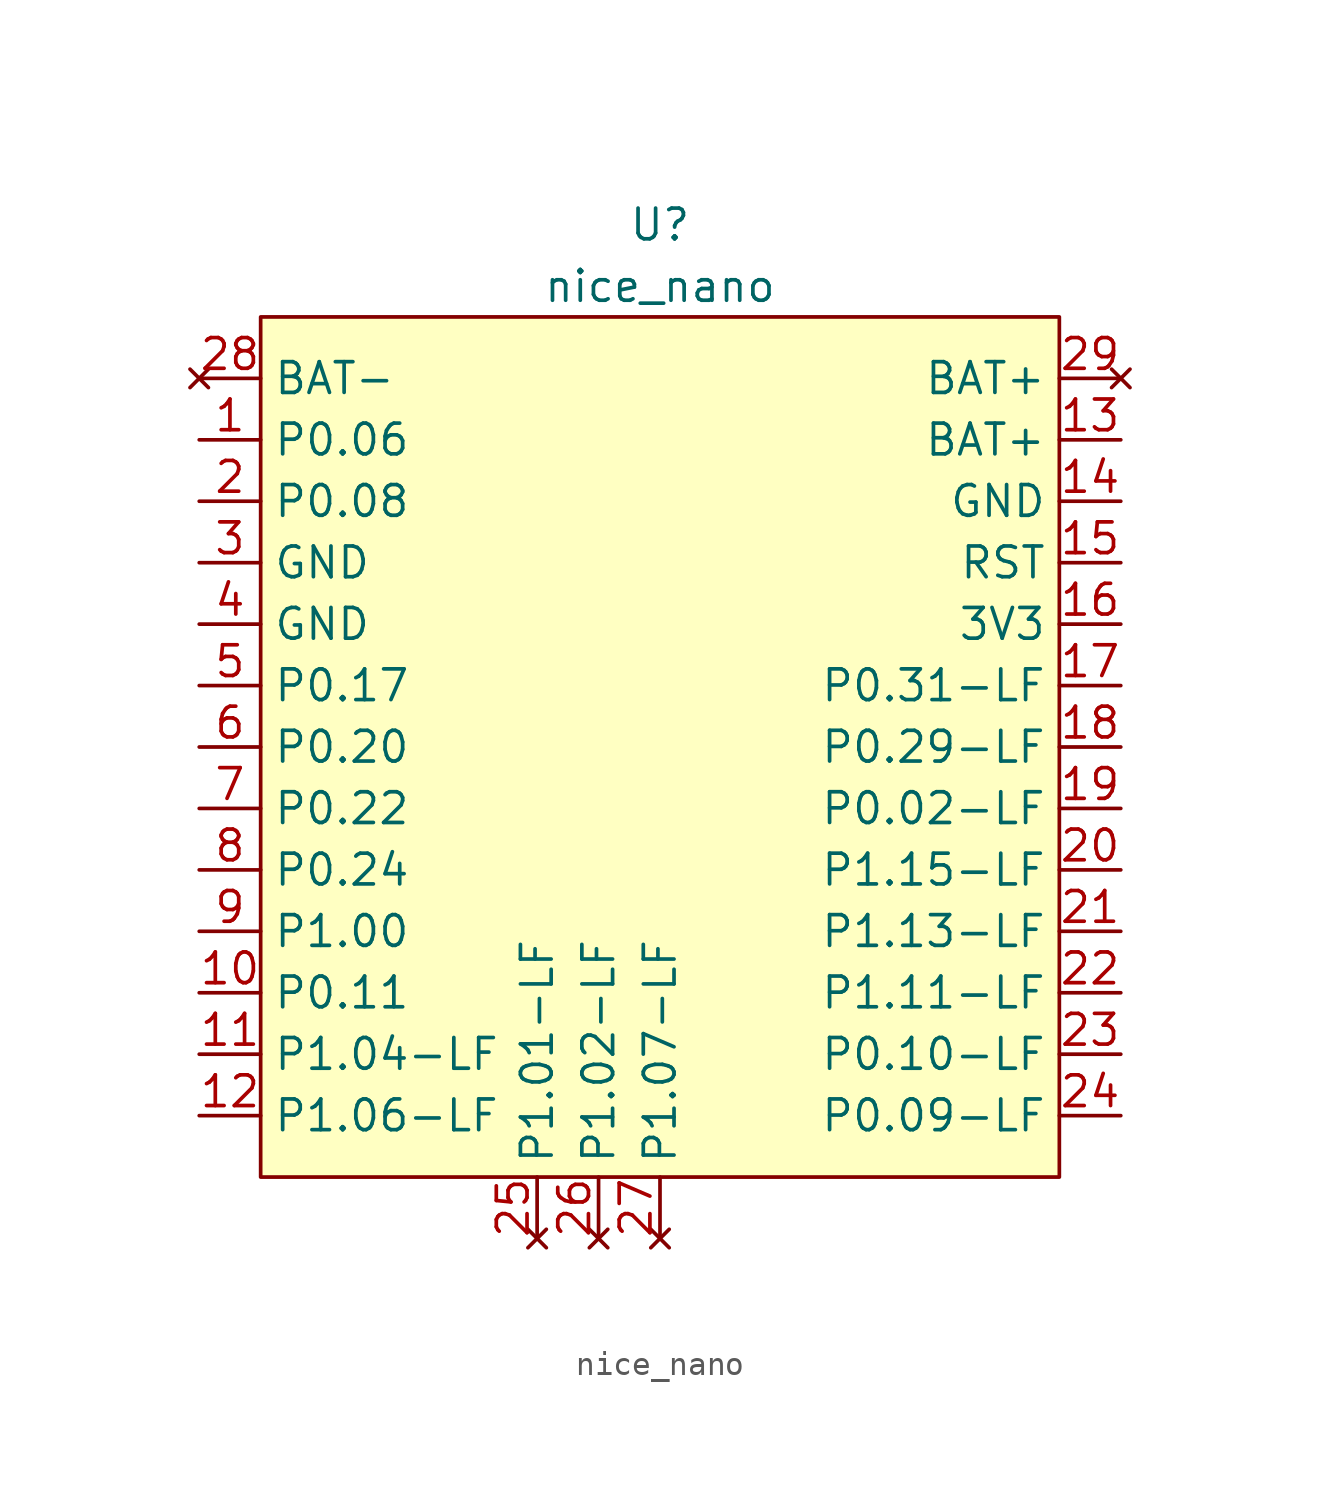
<source format=kicad_sym>
(kicad_symbol_lib
  (version 20231120)
  (generator "kicad_symbol_editor")
  (generator_version "8.0")
  (symbol "nice_nano"
    (property "Reference" "U"
      (at 0 22.86 0)
      (effects (font (size 1.27 1.27))))
    (property "Value" "nice_nano"
      (at 0 20.32 0)
      (effects (font (size 1.27 1.27))))
    (symbol "nice_nano_0_0"
      (pin bidirectional line (at -19.05 13.97 0) (length 2.54) (name "P0.06" (effects (font (size 1.27 1.27)))) (number "1" (effects (font (size 1.27 1.27)))))
      (pin bidirectional line (at -19.05 -8.89 0) (length 2.54) (name "P0.11" (effects (font (size 1.27 1.27)))) (number "10" (effects (font (size 1.27 1.27)))))
      (pin bidirectional line (at -19.05 -11.43 0) (length 2.54) (name "P1.04-LF" (effects (font (size 1.27 1.27)))) (number "11" (effects (font (size 1.27 1.27)))))
      (pin bidirectional line (at -19.05 -13.97 0) (length 2.54) (name "P1.06-LF" (effects (font (size 1.27 1.27)))) (number "12" (effects (font (size 1.27 1.27)))))
      (pin power_out line (at 19.05 11.43 180) (length 2.54) (name "GND" (effects (font (size 1.27 1.27)))) (number "14" (effects (font (size 1.27 1.27)))))
      (pin bidirectional line (at 19.05 8.89 180) (length 2.54) (name "RST" (effects (font (size 1.27 1.27)))) (number "15" (effects (font (size 1.27 1.27)))))
      (pin bidirectional line (at 19.05 3.81 180) (length 2.54) (name "P0.31-LF" (effects (font (size 1.27 1.27)))) (number "17" (effects (font (size 1.27 1.27)))))
      (pin bidirectional line (at 19.05 1.27 180) (length 2.54) (name "P0.29-LF" (effects (font (size 1.27 1.27)))) (number "18" (effects (font (size 1.27 1.27)))))
      (pin bidirectional line (at 19.05 -1.27 180) (length 2.54) (name "P0.02-LF" (effects (font (size 1.27 1.27)))) (number "19" (effects (font (size 1.27 1.27)))))
      (pin bidirectional line (at -19.05 11.43 0) (length 2.54) (name "P0.08" (effects (font (size 1.27 1.27)))) (number "2" (effects (font (size 1.27 1.27)))))
      (pin bidirectional line (at 19.05 -3.81 180) (length 2.54) (name "P1.15-LF" (effects (font (size 1.27 1.27)))) (number "20" (effects (font (size 1.27 1.27)))))
      (pin bidirectional line (at 19.05 -6.35 180) (length 2.54) (name "P1.13-LF" (effects (font (size 1.27 1.27)))) (number "21" (effects (font (size 1.27 1.27)))))
      (pin bidirectional line (at 19.05 -8.89 180) (length 2.54) (name "P1.11-LF" (effects (font (size 1.27 1.27)))) (number "22" (effects (font (size 1.27 1.27)))))
      (pin bidirectional line (at 19.05 -13.97 180) (length 2.54) (name "P0.09-LF" (effects (font (size 1.27 1.27)))) (number "24" (effects (font (size 1.27 1.27)))))
      (pin power_out line (at -19.05 8.89 0) (length 2.54) (name "GND" (effects (font (size 1.27 1.27)))) (number "3" (effects (font (size 1.27 1.27)))))
      (pin power_out line (at -19.05 6.35 0) (length 2.54) (name "GND" (effects (font (size 1.27 1.27)))) (number "4" (effects (font (size 1.27 1.27)))))
      (pin bidirectional line (at -19.05 3.81 0) (length 2.54) (name "P0.17" (effects (font (size 1.27 1.27)))) (number "5" (effects (font (size 1.27 1.27)))))
      (pin bidirectional line (at -19.05 1.27 0) (length 2.54) (name "P0.20" (effects (font (size 1.27 1.27)))) (number "6" (effects (font (size 1.27 1.27)))))
      (pin bidirectional line (at -19.05 -1.27 0) (length 2.54) (name "P0.22" (effects (font (size 1.27 1.27)))) (number "7" (effects (font (size 1.27 1.27)))))
      (pin bidirectional line (at -19.05 -3.81 0) (length 2.54) (name "P0.24" (effects (font (size 1.27 1.27)))) (number "8" (effects (font (size 1.27 1.27)))))
      (pin bidirectional line (at -19.05 -6.35 0) (length 2.54) (name "P1.00" (effects (font (size 1.27 1.27)))) (number "9" (effects (font (size 1.27 1.27))))))
    (symbol "nice_nano_1_0"
      (pin power_out line (at 19.05 13.97 180) (length 2.54) (name "BAT+" (effects (font (size 1.27 1.27)))) (number "13" (effects (font (size 1.27 1.27)))))
      (pin power_out line (at 19.05 6.35 180) (length 2.54) (name "3V3" (effects (font (size 1.27 1.27)))) (number "16" (effects (font (size 1.27 1.27)))))
      (pin bidirectional line (at 19.05 -11.43 180) (length 2.54) (name "P0.10-LF" (effects (font (size 1.27 1.27)))) (number "23" (effects (font (size 1.27 1.27)))))
      (pin no_connect line (at -5.08 -19.05 90) (length 2.54) (name "P1.01-LF" (effects (font (size 1.27 1.27)))) (number "25" (effects (font (size 1.27 1.27)))))
      (pin no_connect line (at -2.54 -19.05 90) (length 2.54) (name "P1.02-LF" (effects (font (size 1.27 1.27)))) (number "26" (effects (font (size 1.27 1.27)))))
      (pin no_connect line (at 0 -19.05 90) (length 2.54) (name "P1.07-LF" (effects (font (size 1.27 1.27)))) (number "27" (effects (font (size 1.27 1.27)))))
      (pin no_connect line (at -19.05 16.51 0) (length 2.54) (name "BAT-" (effects (font (size 1.27 1.27)))) (number "28" (effects (font (size 1.27 1.27)))))
      (pin no_connect line (at 19.05 16.51 180) (length 2.54) (name "BAT+" (effects (font (size 1.27 1.27)))) (number "29" (effects (font (size 1.27 1.27))))))
    (symbol "nice_nano_1_1"
      (rectangle (start -16.51 19.05) (end 16.51 -16.51) (stroke (width 0) (type default)) (fill (type background))))))
</source>
